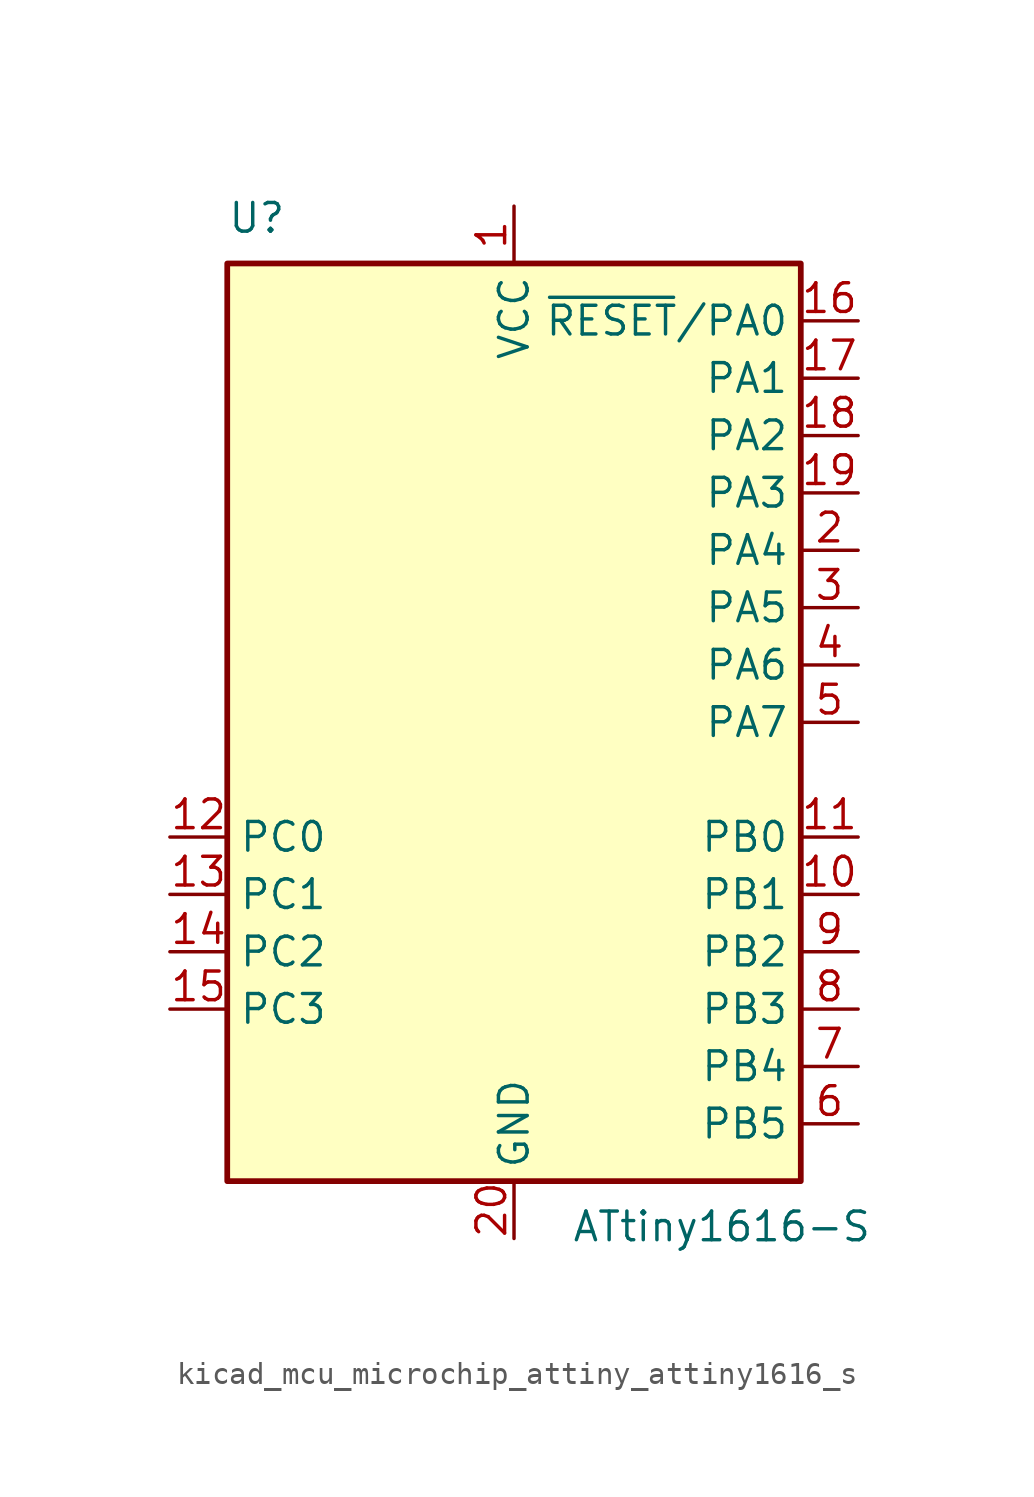
<source format=kicad_sym>
(kicad_symbol_lib
  (version 20220914)
  (generator kicad_symbol_editor)
  (symbol "kicad_mcu_microchip_attiny_attiny1616_s"
    (property "Reference" "U"
      (at -12.7 21.59 0)
      (effects (font (size 1.27 1.27)) (justify left bottom)))
    (property "Value" "ATtiny1616-S"
      (at 2.54 -21.59 0)
      (effects (font (size 1.27 1.27)) (justify left top)))
    (symbol "kicad_mcu_microchip_attiny_attiny1616_s_0_1"
      (rectangle (start -12.7 -20.32) (end 12.7 20.32) (stroke (width 0.254) (type default)) (fill (type background))))
    (symbol "kicad_mcu_microchip_attiny_attiny1616_s_1_1"
      (pin power_in line (at 0 22.86 270) (length 2.54) (name "VCC" (effects (font (size 1.27 1.27)))) (number "1" (effects (font (size 1.27 1.27)))))
      (pin bidirectional line (at 15.24 -7.62 180) (length 2.54) (name "PB1" (effects (font (size 1.27 1.27)))) (number "10" (effects (font (size 1.27 1.27)))))
      (pin bidirectional line (at 15.24 -5.08 180) (length 2.54) (name "PB0" (effects (font (size 1.27 1.27)))) (number "11" (effects (font (size 1.27 1.27)))))
      (pin bidirectional line (at -15.24 -5.08 0) (length 2.54) (name "PC0" (effects (font (size 1.27 1.27)))) (number "12" (effects (font (size 1.27 1.27)))))
      (pin bidirectional line (at -15.24 -7.62 0) (length 2.54) (name "PC1" (effects (font (size 1.27 1.27)))) (number "13" (effects (font (size 1.27 1.27)))))
      (pin bidirectional line (at -15.24 -10.16 0) (length 2.54) (name "PC2" (effects (font (size 1.27 1.27)))) (number "14" (effects (font (size 1.27 1.27)))))
      (pin bidirectional line (at -15.24 -12.7 0) (length 2.54) (name "PC3" (effects (font (size 1.27 1.27)))) (number "15" (effects (font (size 1.27 1.27)))))
      (pin bidirectional line (at 15.24 17.78 180) (length 2.54) (name "~{RESET}/PA0" (effects (font (size 1.27 1.27)))) (number "16" (effects (font (size 1.27 1.27)))))
      (pin bidirectional line (at 15.24 15.24 180) (length 2.54) (name "PA1" (effects (font (size 1.27 1.27)))) (number "17" (effects (font (size 1.27 1.27)))))
      (pin bidirectional line (at 15.24 12.7 180) (length 2.54) (name "PA2" (effects (font (size 1.27 1.27)))) (number "18" (effects (font (size 1.27 1.27)))))
      (pin bidirectional line (at 15.24 10.16 180) (length 2.54) (name "PA3" (effects (font (size 1.27 1.27)))) (number "19" (effects (font (size 1.27 1.27)))))
      (pin bidirectional line (at 15.24 7.62 180) (length 2.54) (name "PA4" (effects (font (size 1.27 1.27)))) (number "2" (effects (font (size 1.27 1.27)))))
      (pin power_in line (at 0 -22.86 90) (length 2.54) (name "GND" (effects (font (size 1.27 1.27)))) (number "20" (effects (font (size 1.27 1.27)))))
      (pin bidirectional line (at 15.24 5.08 180) (length 2.54) (name "PA5" (effects (font (size 1.27 1.27)))) (number "3" (effects (font (size 1.27 1.27)))))
      (pin bidirectional line (at 15.24 2.54 180) (length 2.54) (name "PA6" (effects (font (size 1.27 1.27)))) (number "4" (effects (font (size 1.27 1.27)))))
      (pin bidirectional line (at 15.24 0 180) (length 2.54) (name "PA7" (effects (font (size 1.27 1.27)))) (number "5" (effects (font (size 1.27 1.27)))))
      (pin bidirectional line (at 15.24 -17.78 180) (length 2.54) (name "PB5" (effects (font (size 1.27 1.27)))) (number "6" (effects (font (size 1.27 1.27)))))
      (pin bidirectional line (at 15.24 -15.24 180) (length 2.54) (name "PB4" (effects (font (size 1.27 1.27)))) (number "7" (effects (font (size 1.27 1.27)))))
      (pin bidirectional line (at 15.24 -12.7 180) (length 2.54) (name "PB3" (effects (font (size 1.27 1.27)))) (number "8" (effects (font (size 1.27 1.27)))))
      (pin bidirectional line (at 15.24 -10.16 180) (length 2.54) (name "PB2" (effects (font (size 1.27 1.27)))) (number "9" (effects (font (size 1.27 1.27))))))))
</source>
